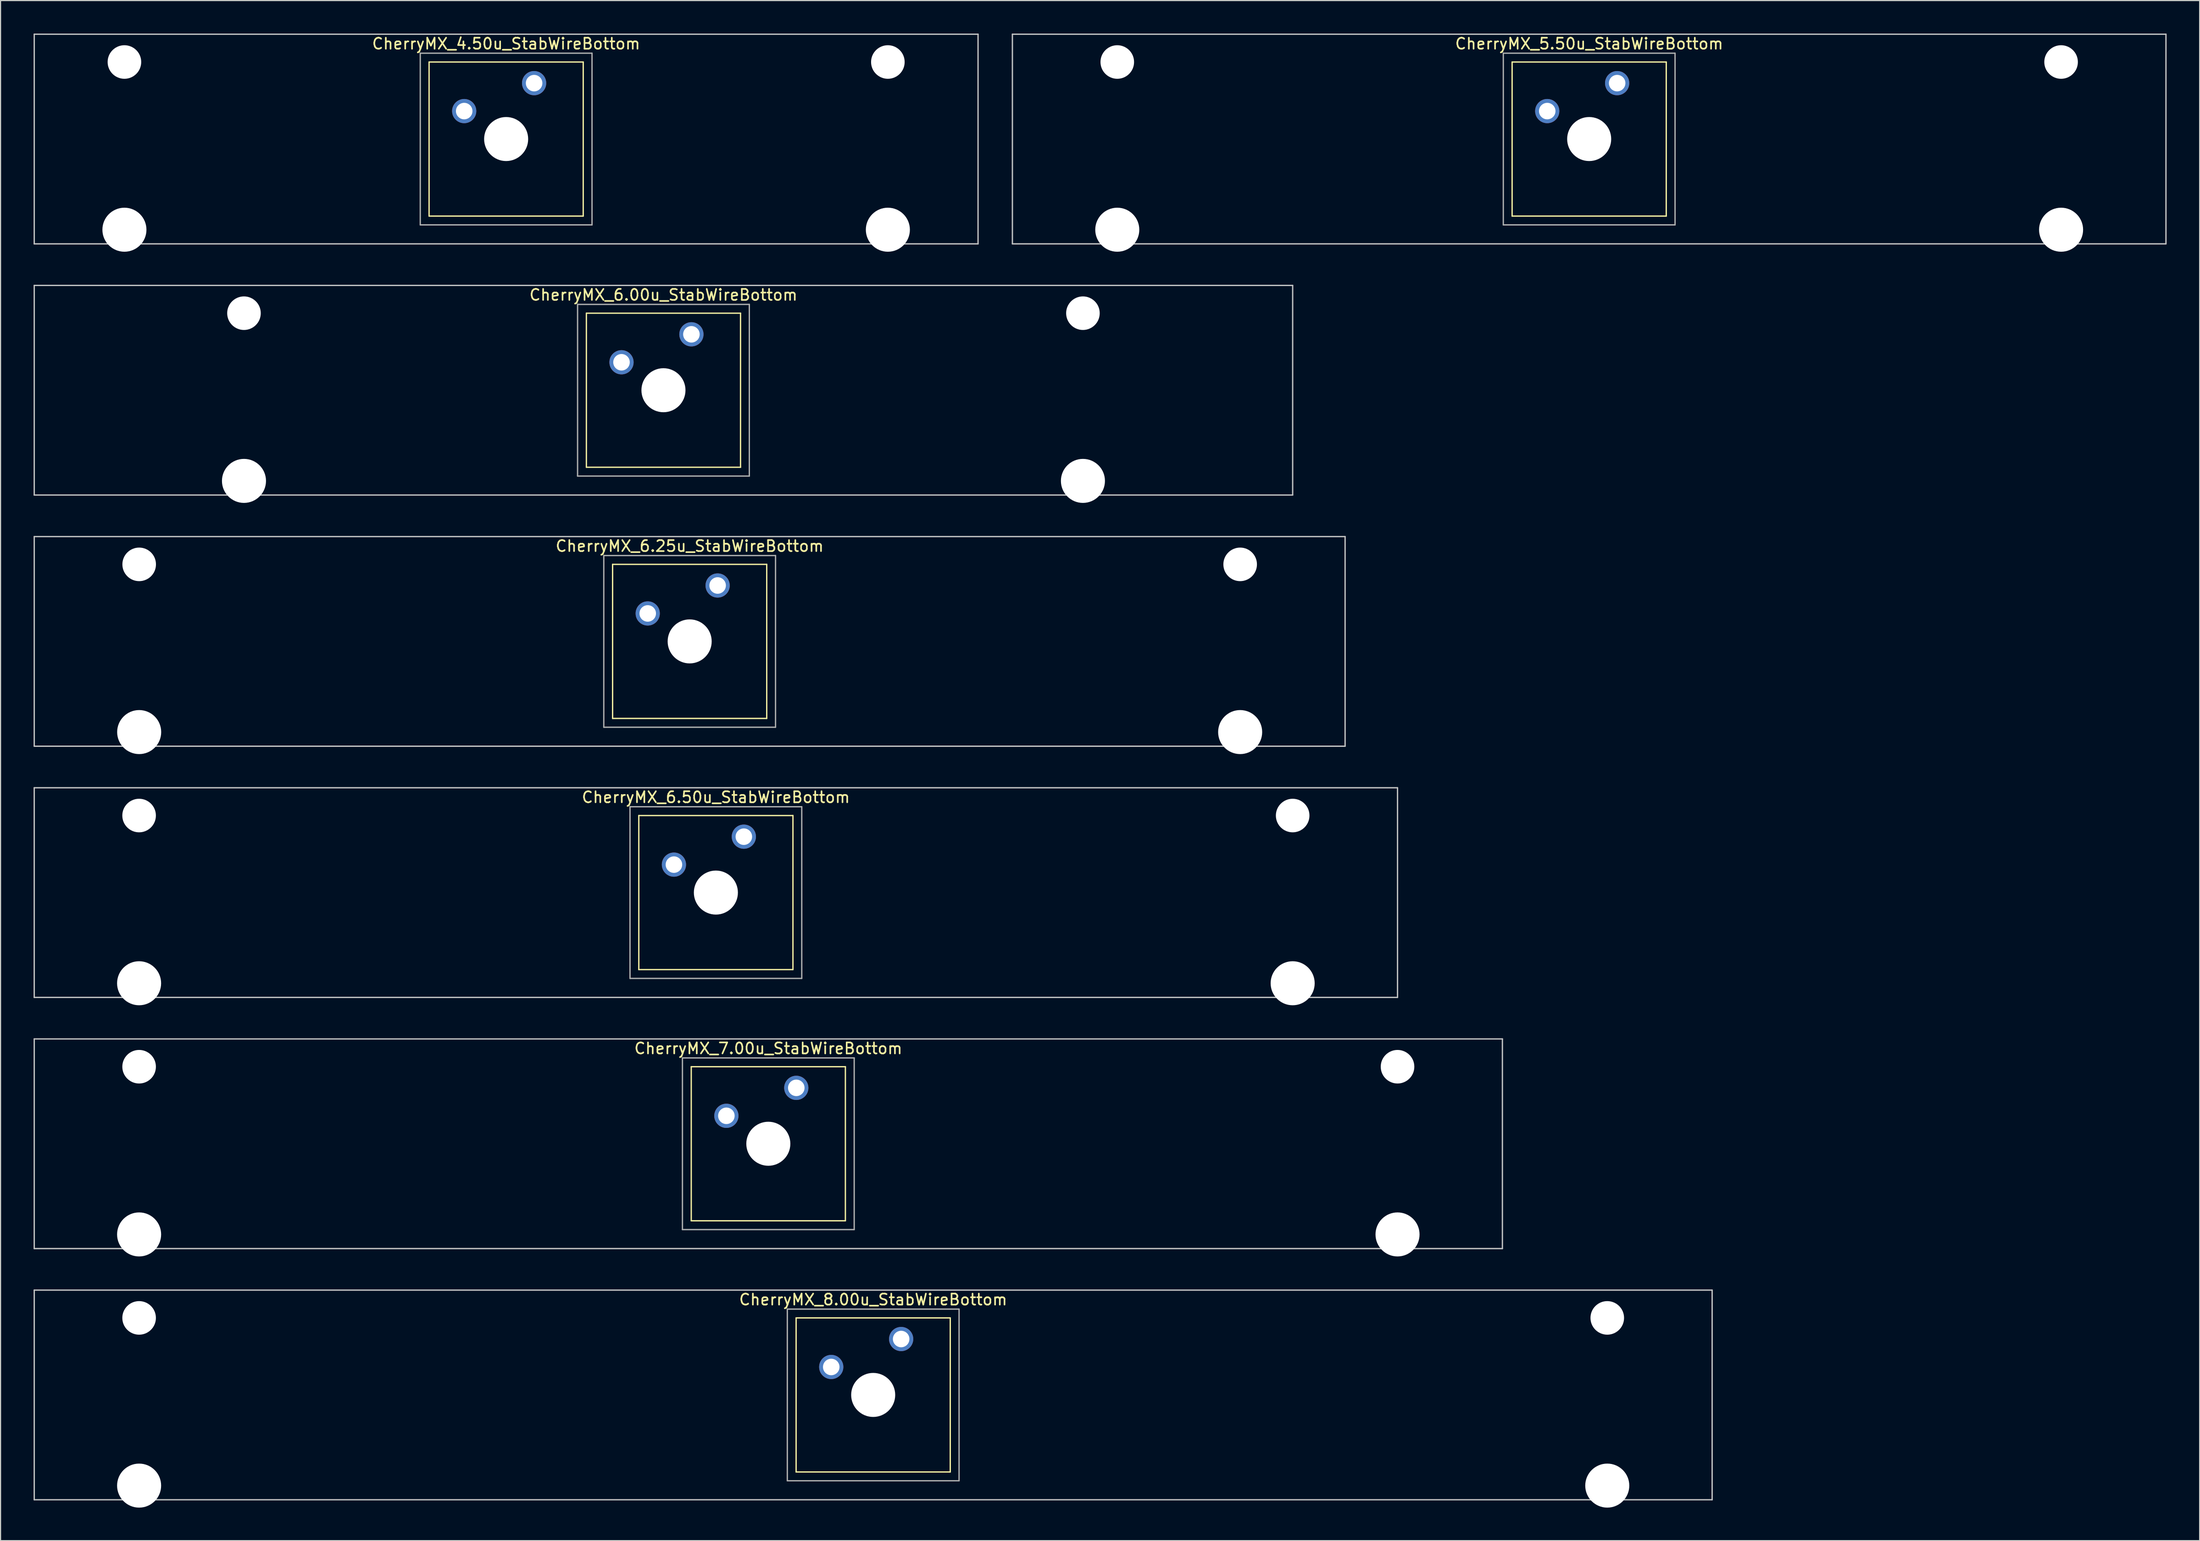
<source format=kicad_pcb>
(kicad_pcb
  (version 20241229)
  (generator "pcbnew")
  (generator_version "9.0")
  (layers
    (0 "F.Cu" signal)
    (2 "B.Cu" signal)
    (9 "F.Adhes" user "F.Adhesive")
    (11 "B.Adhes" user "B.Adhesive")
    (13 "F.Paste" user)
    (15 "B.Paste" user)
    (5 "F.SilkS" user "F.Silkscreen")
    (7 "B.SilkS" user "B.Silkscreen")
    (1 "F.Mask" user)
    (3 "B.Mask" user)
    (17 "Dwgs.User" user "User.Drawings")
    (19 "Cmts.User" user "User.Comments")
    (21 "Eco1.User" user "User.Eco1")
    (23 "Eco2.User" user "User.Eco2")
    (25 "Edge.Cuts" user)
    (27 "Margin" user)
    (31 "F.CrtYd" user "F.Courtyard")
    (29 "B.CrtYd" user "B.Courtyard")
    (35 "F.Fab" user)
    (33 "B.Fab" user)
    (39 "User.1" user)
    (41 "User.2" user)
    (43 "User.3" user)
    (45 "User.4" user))
  (footprint "CherryMX_6.00u_StabWireBottom"
    (layer "F.Cu")
    (at 57.21 32.41)
    (property "Reference" "CherryMX_6.00u_StabWireBottom" (at 0 -8.662 0) (layer "F.SilkS") (effects (font (size 1 1) (thickness 0.15))))
    (attr through_hole)
    (fp_line (start -7 -7) (end -7 7) (stroke (width 0.12) (type solid)) (layer "F.SilkS"))
    (fp_line (start -7 -7) (end 7 -7) (stroke (width 0.12) (type solid)) (layer "F.SilkS"))
    (fp_line (start 7 -7) (end 7 7) (stroke (width 0.12) (type solid)) (layer "F.SilkS"))
    (fp_line (start 7 7) (end -7 7) (stroke (width 0.12) (type solid)) (layer "F.SilkS"))
    (fp_line (start -57.15 -9.525) (end 57.15 -9.525) (stroke (width 0.12) (type solid)) (layer "Dwgs.User"))
    (fp_line (start -57.15 9.525) (end -57.15 -9.525) (stroke (width 0.12) (type solid)) (layer "Dwgs.User"))
    (fp_line (start 57.15 -9.525) (end 57.15 9.525) (stroke (width 0.12) (type solid)) (layer "Dwgs.User"))
    (fp_line (start 57.15 9.525) (end -57.15 9.525) (stroke (width 0.12) (type solid)) (layer "Dwgs.User"))
    (fp_line (start -7.8 -7.8) (end -7.8 7.8) (stroke (width 0.12) (type solid)) (layer "F.Fab"))
    (fp_line (start -7.8 -7.8) (end 7.8 -7.8) (stroke (width 0.12) (type solid)) (layer "F.Fab"))
    (fp_line (start -7.8 7.8) (end 7.8 7.8) (stroke (width 0.12) (type solid)) (layer "F.Fab"))
    (fp_line (start 7.8 -7.8) (end 7.8 7.8) (stroke (width 0.12) (type solid)) (layer "F.Fab"))
    (pad "" np_thru_hole circle (at -38.1 -7) (size 3.05 3.05) (drill 3.05) (layers "*.Cu" "*.Mask"))
    (pad "" np_thru_hole circle (at -38.1 8.24) (size 4 4) (drill 4) (layers "*.Cu" "*.Mask"))
    (pad "" np_thru_hole circle (at 0 0) (size 4 4) (drill 4) (layers "*.Cu" "*.Mask"))
    (pad "" np_thru_hole circle (at 38.1 -7) (size 3.05 3.05) (drill 3.05) (layers "*.Cu" "*.Mask"))
    (pad "" np_thru_hole circle (at 38.1 8.24) (size 4 4) (drill 4) (layers "*.Cu" "*.Mask"))
    (pad "1" thru_hole circle (at -3.81 -2.54) (size 2.2 2.2) (drill 1.5) (layers "*.Cu" "*.Mask"))
    (pad "2" thru_hole circle (at 2.54 -5.08) (size 2.2 2.2) (drill 1.5) (layers "*.Cu" "*.Mask")))
  (footprint "CherryMX_6.25u_StabWireBottom"
    (layer "F.Cu")
    (at 59.591 55.235)
    (property "Reference" "CherryMX_6.25u_StabWireBottom" (at 0 -8.662 0) (layer "F.SilkS") (effects (font (size 1 1) (thickness 0.15))))
    (attr through_hole)
    (fp_line (start -7 -7) (end -7 7) (stroke (width 0.12) (type solid)) (layer "F.SilkS"))
    (fp_line (start -7 -7) (end 7 -7) (stroke (width 0.12) (type solid)) (layer "F.SilkS"))
    (fp_line (start 7 -7) (end 7 7) (stroke (width 0.12) (type solid)) (layer "F.SilkS"))
    (fp_line (start 7 7) (end -7 7) (stroke (width 0.12) (type solid)) (layer "F.SilkS"))
    (fp_line (start -59.531 -9.525) (end 59.531 -9.525) (stroke (width 0.12) (type solid)) (layer "Dwgs.User"))
    (fp_line (start -59.531 9.525) (end -59.531 -9.525) (stroke (width 0.12) (type solid)) (layer "Dwgs.User"))
    (fp_line (start 59.531 -9.525) (end 59.531 9.525) (stroke (width 0.12) (type solid)) (layer "Dwgs.User"))
    (fp_line (start 59.531 9.525) (end -59.531 9.525) (stroke (width 0.12) (type solid)) (layer "Dwgs.User"))
    (fp_line (start -7.8 -7.8) (end -7.8 7.8) (stroke (width 0.12) (type solid)) (layer "F.Fab"))
    (fp_line (start -7.8 -7.8) (end 7.8 -7.8) (stroke (width 0.12) (type solid)) (layer "F.Fab"))
    (fp_line (start -7.8 7.8) (end 7.8 7.8) (stroke (width 0.12) (type solid)) (layer "F.Fab"))
    (fp_line (start 7.8 -7.8) (end 7.8 7.8) (stroke (width 0.12) (type solid)) (layer "F.Fab"))
    (pad "" np_thru_hole circle (at -50 -7) (size 3.05 3.05) (drill 3.05) (layers "*.Cu" "*.Mask"))
    (pad "" np_thru_hole circle (at -50 8.24) (size 4 4) (drill 4) (layers "*.Cu" "*.Mask"))
    (pad "" np_thru_hole circle (at 0 0) (size 4 4) (drill 4) (layers "*.Cu" "*.Mask"))
    (pad "" np_thru_hole circle (at 50 -7) (size 3.05 3.05) (drill 3.05) (layers "*.Cu" "*.Mask"))
    (pad "" np_thru_hole circle (at 50 8.24) (size 4 4) (drill 4) (layers "*.Cu" "*.Mask"))
    (pad "1" thru_hole circle (at -3.81 -2.54) (size 2.2 2.2) (drill 1.5) (layers "*.Cu" "*.Mask"))
    (pad "2" thru_hole circle (at 2.54 -5.08) (size 2.2 2.2) (drill 1.5) (layers "*.Cu" "*.Mask")))
  (footprint "CherryMX_4.50u_StabWireBottom"
    (layer "F.Cu")
    (at 42.922 9.585)
    (property "Reference" "CherryMX_4.50u_StabWireBottom" (at 0 -8.662 0) (layer "F.SilkS") (effects (font (size 1 1) (thickness 0.15))))
    (attr through_hole)
    (fp_line (start -7 -7) (end -7 7) (stroke (width 0.12) (type solid)) (layer "F.SilkS"))
    (fp_line (start -7 -7) (end 7 -7) (stroke (width 0.12) (type solid)) (layer "F.SilkS"))
    (fp_line (start 7 -7) (end 7 7) (stroke (width 0.12) (type solid)) (layer "F.SilkS"))
    (fp_line (start 7 7) (end -7 7) (stroke (width 0.12) (type solid)) (layer "F.SilkS"))
    (fp_line (start -42.862 -9.525) (end 42.862 -9.525) (stroke (width 0.12) (type solid)) (layer "Dwgs.User"))
    (fp_line (start -42.862 9.525) (end -42.862 -9.525) (stroke (width 0.12) (type solid)) (layer "Dwgs.User"))
    (fp_line (start 42.862 -9.525) (end 42.862 9.525) (stroke (width 0.12) (type solid)) (layer "Dwgs.User"))
    (fp_line (start 42.862 9.525) (end -42.862 9.525) (stroke (width 0.12) (type solid)) (layer "Dwgs.User"))
    (fp_line (start -7.8 -7.8) (end -7.8 7.8) (stroke (width 0.12) (type solid)) (layer "F.Fab"))
    (fp_line (start -7.8 -7.8) (end 7.8 -7.8) (stroke (width 0.12) (type solid)) (layer "F.Fab"))
    (fp_line (start -7.8 7.8) (end 7.8 7.8) (stroke (width 0.12) (type solid)) (layer "F.Fab"))
    (fp_line (start 7.8 -7.8) (end 7.8 7.8) (stroke (width 0.12) (type solid)) (layer "F.Fab"))
    (pad "" np_thru_hole circle (at -34.671 -7) (size 3.05 3.05) (drill 3.05) (layers "*.Cu" "*.Mask"))
    (pad "" np_thru_hole circle (at -34.671 8.24) (size 4 4) (drill 4) (layers "*.Cu" "*.Mask"))
    (pad "" np_thru_hole circle (at 0 0) (size 4 4) (drill 4) (layers "*.Cu" "*.Mask"))
    (pad "" np_thru_hole circle (at 34.671 -7) (size 3.05 3.05) (drill 3.05) (layers "*.Cu" "*.Mask"))
    (pad "" np_thru_hole circle (at 34.671 8.24) (size 4 4) (drill 4) (layers "*.Cu" "*.Mask"))
    (pad "1" thru_hole circle (at -3.81 -2.54) (size 2.2 2.2) (drill 1.5) (layers "*.Cu" "*.Mask"))
    (pad "2" thru_hole circle (at 2.54 -5.08) (size 2.2 2.2) (drill 1.5) (layers "*.Cu" "*.Mask")))
  (footprint "CherryMX_8.00u_StabWireBottom"
    (layer "F.Cu")
    (at 76.26 123.71)
    (property "Reference" "CherryMX_8.00u_StabWireBottom" (at 0 -8.662 0) (layer "F.SilkS") (effects (font (size 1 1) (thickness 0.15))))
    (attr through_hole)
    (fp_line (start -7 -7) (end -7 7) (stroke (width 0.12) (type solid)) (layer "F.SilkS"))
    (fp_line (start -7 -7) (end 7 -7) (stroke (width 0.12) (type solid)) (layer "F.SilkS"))
    (fp_line (start 7 -7) (end 7 7) (stroke (width 0.12) (type solid)) (layer "F.SilkS"))
    (fp_line (start 7 7) (end -7 7) (stroke (width 0.12) (type solid)) (layer "F.SilkS"))
    (fp_line (start -76.2 -9.525) (end 76.2 -9.525) (stroke (width 0.12) (type solid)) (layer "Dwgs.User"))
    (fp_line (start -76.2 9.525) (end -76.2 -9.525) (stroke (width 0.12) (type solid)) (layer "Dwgs.User"))
    (fp_line (start 76.2 -9.525) (end 76.2 9.525) (stroke (width 0.12) (type solid)) (layer "Dwgs.User"))
    (fp_line (start 76.2 9.525) (end -76.2 9.525) (stroke (width 0.12) (type solid)) (layer "Dwgs.User"))
    (fp_line (start -7.8 -7.8) (end -7.8 7.8) (stroke (width 0.12) (type solid)) (layer "F.Fab"))
    (fp_line (start -7.8 -7.8) (end 7.8 -7.8) (stroke (width 0.12) (type solid)) (layer "F.Fab"))
    (fp_line (start -7.8 7.8) (end 7.8 7.8) (stroke (width 0.12) (type solid)) (layer "F.Fab"))
    (fp_line (start 7.8 -7.8) (end 7.8 7.8) (stroke (width 0.12) (type solid)) (layer "F.Fab"))
    (pad "" np_thru_hole circle (at -66.675 -7) (size 3.05 3.05) (drill 3.05) (layers "*.Cu" "*.Mask"))
    (pad "" np_thru_hole circle (at -66.675 8.24) (size 4 4) (drill 4) (layers "*.Cu" "*.Mask"))
    (pad "" np_thru_hole circle (at 0 0) (size 4 4) (drill 4) (layers "*.Cu" "*.Mask"))
    (pad "" np_thru_hole circle (at 66.675 -7) (size 3.05 3.05) (drill 3.05) (layers "*.Cu" "*.Mask"))
    (pad "" np_thru_hole circle (at 66.675 8.24) (size 4 4) (drill 4) (layers "*.Cu" "*.Mask"))
    (pad "1" thru_hole circle (at -3.81 -2.54) (size 2.2 2.2) (drill 1.5) (layers "*.Cu" "*.Mask"))
    (pad "2" thru_hole circle (at 2.54 -5.08) (size 2.2 2.2) (drill 1.5) (layers "*.Cu" "*.Mask")))
  (footprint "CherryMX_5.50u_StabWireBottom"
    (layer "F.Cu")
    (at 141.292 9.585)
    (property "Reference" "CherryMX_5.50u_StabWireBottom" (at 0 -8.662 0) (layer "F.SilkS") (effects (font (size 1 1) (thickness 0.15))))
    (attr through_hole)
    (fp_line (start -7 -7) (end -7 7) (stroke (width 0.12) (type solid)) (layer "F.SilkS"))
    (fp_line (start -7 -7) (end 7 -7) (stroke (width 0.12) (type solid)) (layer "F.SilkS"))
    (fp_line (start 7 -7) (end 7 7) (stroke (width 0.12) (type solid)) (layer "F.SilkS"))
    (fp_line (start 7 7) (end -7 7) (stroke (width 0.12) (type solid)) (layer "F.SilkS"))
    (fp_line (start -52.388 -9.525) (end 52.388 -9.525) (stroke (width 0.12) (type solid)) (layer "Dwgs.User"))
    (fp_line (start -52.388 9.525) (end -52.388 -9.525) (stroke (width 0.12) (type solid)) (layer "Dwgs.User"))
    (fp_line (start 52.388 -9.525) (end 52.388 9.525) (stroke (width 0.12) (type solid)) (layer "Dwgs.User"))
    (fp_line (start 52.388 9.525) (end -52.388 9.525) (stroke (width 0.12) (type solid)) (layer "Dwgs.User"))
    (fp_line (start -7.8 -7.8) (end -7.8 7.8) (stroke (width 0.12) (type solid)) (layer "F.Fab"))
    (fp_line (start -7.8 -7.8) (end 7.8 -7.8) (stroke (width 0.12) (type solid)) (layer "F.Fab"))
    (fp_line (start -7.8 7.8) (end 7.8 7.8) (stroke (width 0.12) (type solid)) (layer "F.Fab"))
    (fp_line (start 7.8 -7.8) (end 7.8 7.8) (stroke (width 0.12) (type solid)) (layer "F.Fab"))
    (pad "" np_thru_hole circle (at -42.862 -7) (size 3.05 3.05) (drill 3.05) (layers "*.Cu" "*.Mask"))
    (pad "" np_thru_hole circle (at -42.862 8.24) (size 4 4) (drill 4) (layers "*.Cu" "*.Mask"))
    (pad "" np_thru_hole circle (at 0 0) (size 4 4) (drill 4) (layers "*.Cu" "*.Mask"))
    (pad "" np_thru_hole circle (at 42.862 -7) (size 3.05 3.05) (drill 3.05) (layers "*.Cu" "*.Mask"))
    (pad "" np_thru_hole circle (at 42.862 8.24) (size 4 4) (drill 4) (layers "*.Cu" "*.Mask"))
    (pad "1" thru_hole circle (at -3.81 -2.54) (size 2.2 2.2) (drill 1.5) (layers "*.Cu" "*.Mask"))
    (pad "2" thru_hole circle (at 2.54 -5.08) (size 2.2 2.2) (drill 1.5) (layers "*.Cu" "*.Mask")))
  (footprint "CherryMX_6.50u_StabWireBottom"
    (layer "F.Cu")
    (at 61.972 78.06)
    (property "Reference" "CherryMX_6.50u_StabWireBottom" (at 0 -8.662 0) (layer "F.SilkS") (effects (font (size 1 1) (thickness 0.15))))
    (attr through_hole)
    (fp_line (start -7 -7) (end -7 7) (stroke (width 0.12) (type solid)) (layer "F.SilkS"))
    (fp_line (start -7 -7) (end 7 -7) (stroke (width 0.12) (type solid)) (layer "F.SilkS"))
    (fp_line (start 7 -7) (end 7 7) (stroke (width 0.12) (type solid)) (layer "F.SilkS"))
    (fp_line (start 7 7) (end -7 7) (stroke (width 0.12) (type solid)) (layer "F.SilkS"))
    (fp_line (start -61.913 -9.525) (end 61.913 -9.525) (stroke (width 0.12) (type solid)) (layer "Dwgs.User"))
    (fp_line (start -61.913 9.525) (end -61.913 -9.525) (stroke (width 0.12) (type solid)) (layer "Dwgs.User"))
    (fp_line (start 61.913 -9.525) (end 61.913 9.525) (stroke (width 0.12) (type solid)) (layer "Dwgs.User"))
    (fp_line (start 61.913 9.525) (end -61.913 9.525) (stroke (width 0.12) (type solid)) (layer "Dwgs.User"))
    (fp_line (start -7.8 -7.8) (end -7.8 7.8) (stroke (width 0.12) (type solid)) (layer "F.Fab"))
    (fp_line (start -7.8 -7.8) (end 7.8 -7.8) (stroke (width 0.12) (type solid)) (layer "F.Fab"))
    (fp_line (start -7.8 7.8) (end 7.8 7.8) (stroke (width 0.12) (type solid)) (layer "F.Fab"))
    (fp_line (start 7.8 -7.8) (end 7.8 7.8) (stroke (width 0.12) (type solid)) (layer "F.Fab"))
    (pad "" np_thru_hole circle (at -52.388 -7) (size 3.05 3.05) (drill 3.05) (layers "*.Cu" "*.Mask"))
    (pad "" np_thru_hole circle (at -52.388 8.24) (size 4 4) (drill 4) (layers "*.Cu" "*.Mask"))
    (pad "" np_thru_hole circle (at 0 0) (size 4 4) (drill 4) (layers "*.Cu" "*.Mask"))
    (pad "" np_thru_hole circle (at 52.388 -7) (size 3.05 3.05) (drill 3.05) (layers "*.Cu" "*.Mask"))
    (pad "" np_thru_hole circle (at 52.388 8.24) (size 4 4) (drill 4) (layers "*.Cu" "*.Mask"))
    (pad "1" thru_hole circle (at -3.81 -2.54) (size 2.2 2.2) (drill 1.5) (layers "*.Cu" "*.Mask"))
    (pad "2" thru_hole circle (at 2.54 -5.08) (size 2.2 2.2) (drill 1.5) (layers "*.Cu" "*.Mask")))
  (footprint "CherryMX_7.00u_StabWireBottom"
    (layer "F.Cu")
    (at 66.735 100.885)
    (property "Reference" "CherryMX_7.00u_StabWireBottom" (at 0 -8.662 0) (layer "F.SilkS") (effects (font (size 1 1) (thickness 0.15))))
    (attr through_hole)
    (fp_line (start -7 -7) (end -7 7) (stroke (width 0.12) (type solid)) (layer "F.SilkS"))
    (fp_line (start -7 -7) (end 7 -7) (stroke (width 0.12) (type solid)) (layer "F.SilkS"))
    (fp_line (start 7 -7) (end 7 7) (stroke (width 0.12) (type solid)) (layer "F.SilkS"))
    (fp_line (start 7 7) (end -7 7) (stroke (width 0.12) (type solid)) (layer "F.SilkS"))
    (fp_line (start -66.675 -9.525) (end 66.675 -9.525) (stroke (width 0.12) (type solid)) (layer "Dwgs.User"))
    (fp_line (start -66.675 9.525) (end -66.675 -9.525) (stroke (width 0.12) (type solid)) (layer "Dwgs.User"))
    (fp_line (start 66.675 -9.525) (end 66.675 9.525) (stroke (width 0.12) (type solid)) (layer "Dwgs.User"))
    (fp_line (start 66.675 9.525) (end -66.675 9.525) (stroke (width 0.12) (type solid)) (layer "Dwgs.User"))
    (fp_line (start -7.8 -7.8) (end -7.8 7.8) (stroke (width 0.12) (type solid)) (layer "F.Fab"))
    (fp_line (start -7.8 -7.8) (end 7.8 -7.8) (stroke (width 0.12) (type solid)) (layer "F.Fab"))
    (fp_line (start -7.8 7.8) (end 7.8 7.8) (stroke (width 0.12) (type solid)) (layer "F.Fab"))
    (fp_line (start 7.8 -7.8) (end 7.8 7.8) (stroke (width 0.12) (type solid)) (layer "F.Fab"))
    (pad "" np_thru_hole circle (at -57.15 -7) (size 3.05 3.05) (drill 3.05) (layers "*.Cu" "*.Mask"))
    (pad "" np_thru_hole circle (at -57.15 8.24) (size 4 4) (drill 4) (layers "*.Cu" "*.Mask"))
    (pad "" np_thru_hole circle (at 0 0) (size 4 4) (drill 4) (layers "*.Cu" "*.Mask"))
    (pad "" np_thru_hole circle (at 57.15 -7) (size 3.05 3.05) (drill 3.05) (layers "*.Cu" "*.Mask"))
    (pad "" np_thru_hole circle (at 57.15 8.24) (size 4 4) (drill 4) (layers "*.Cu" "*.Mask"))
    (pad "1" thru_hole circle (at -3.81 -2.54) (size 2.2 2.2) (drill 1.5) (layers "*.Cu" "*.Mask"))
    (pad "2" thru_hole circle (at 2.54 -5.08) (size 2.2 2.2) (drill 1.5) (layers "*.Cu" "*.Mask")))
  (gr_rect
    (start -3 -3)
    (end 196.74 136.95)
    (stroke (width 0.1) (type default))
    (fill no)
    (layer "Edge.Cuts")))
</source>
